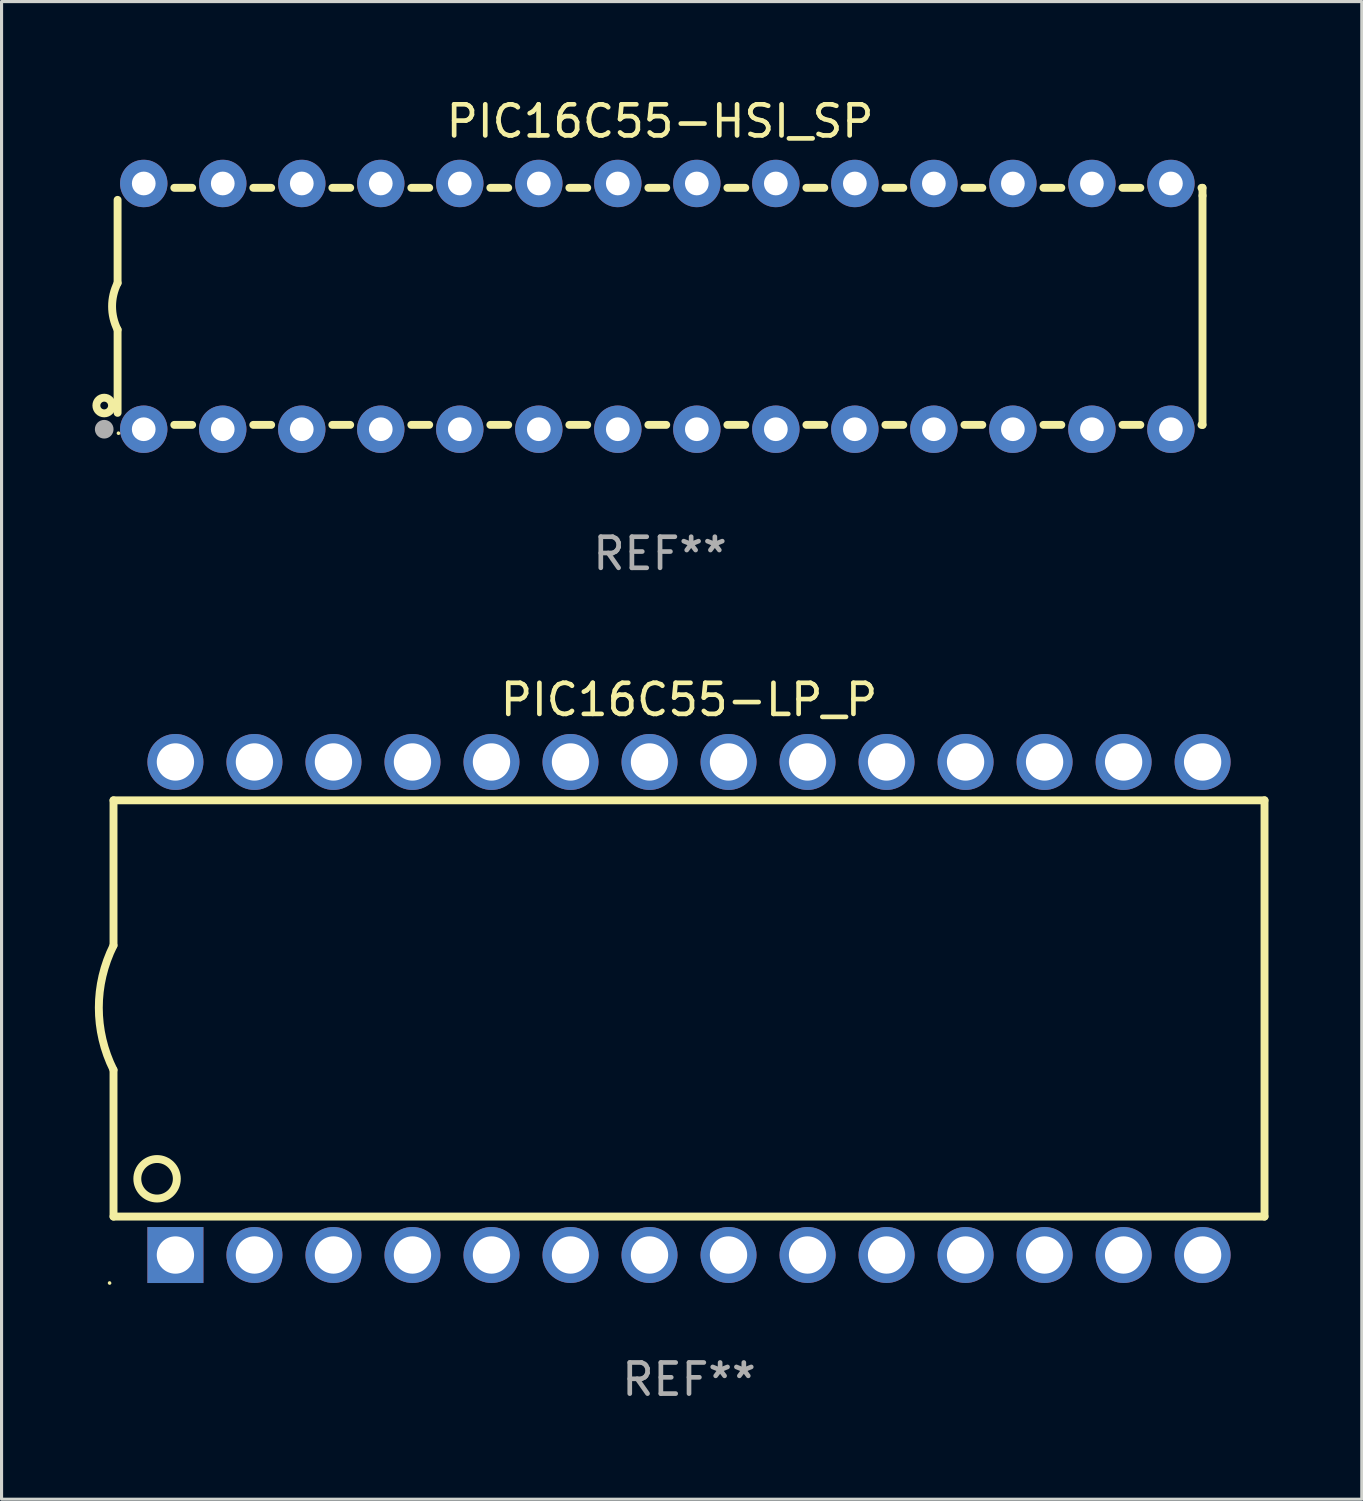
<source format=kicad_pcb>
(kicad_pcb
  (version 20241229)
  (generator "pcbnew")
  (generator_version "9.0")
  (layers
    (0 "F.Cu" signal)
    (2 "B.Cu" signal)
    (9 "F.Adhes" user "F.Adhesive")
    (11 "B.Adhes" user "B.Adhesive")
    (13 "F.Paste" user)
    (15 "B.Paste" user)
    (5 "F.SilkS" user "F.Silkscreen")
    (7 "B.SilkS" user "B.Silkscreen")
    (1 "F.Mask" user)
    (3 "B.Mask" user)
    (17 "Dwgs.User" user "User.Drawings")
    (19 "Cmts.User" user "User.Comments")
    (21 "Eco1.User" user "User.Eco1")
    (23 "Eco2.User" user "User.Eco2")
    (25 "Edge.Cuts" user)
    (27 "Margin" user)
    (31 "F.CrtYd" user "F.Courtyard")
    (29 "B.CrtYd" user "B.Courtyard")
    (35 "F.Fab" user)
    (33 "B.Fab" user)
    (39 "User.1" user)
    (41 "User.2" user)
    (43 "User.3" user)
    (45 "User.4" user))
  (footprint "PIC16C55-LP_P"
    (layer "F.Cu")
    (at 19.099 29.369)
    (property "Reference" "PIC16C55-LP_P" (at 0 -9.925 0) (layer "F.SilkS") (effects (font (size 1 1) (thickness 0.15))))
    (attr through_hole)
    (fp_line (start -18.5 -6.692) (end -18.5 -2.026) (stroke (width 0.254) (type solid)) (layer "F.SilkS"))
    (fp_line (start -18.5 6.689) (end -18.5 1.974) (stroke (width 0.254) (type solid)) (layer "F.SilkS"))
    (fp_line (start -18.5 6.689) (end 18.5 6.689) (stroke (width 0.254) (type solid)) (layer "F.SilkS"))
    (fp_line (start 18.5 -6.692) (end -18.5 -6.692) (stroke (width 0.254) (type solid)) (layer "F.SilkS"))
    (fp_line (start 18.5 6.689) (end 18.5 -6.692) (stroke (width 0.254) (type solid)) (layer "F.SilkS"))
    (fp_arc (start -18.500051 1.974346) (mid -18.972187 -0.025654) (end -18.500051 -2.025654) (stroke (width 0.254001) (type solid)) (layer "F.SilkS"))
    (fp_circle (center -18.627 8.824) (end -18.597 8.824) (stroke (width 0.06) (type solid)) (fill no) (layer "F.SilkS"))
    (fp_circle (center -17.1 5.474) (end -16.465 5.474) (stroke (width 0.254) (type solid)) (fill no) (layer "F.SilkS"))
    (fp_text user "REF**" (at 0 11.925 0) (layer "F.Fab") (effects (font (size 1 1) (thickness 0.15))))
    (pad "1" thru_hole rect (at -16.51 7.925) (size 1.8 1.8) (drill 1.2) (layers "*.Cu" "*.Mask"))
    (pad "2" thru_hole circle (at -13.97 7.924) (size 1.8 1.8) (drill 1.2) (layers "*.Cu" "*.Mask"))
    (pad "3" thru_hole circle (at -11.43 7.924) (size 1.8 1.8) (drill 1.2) (layers "*.Cu" "*.Mask"))
    (pad "4" thru_hole circle (at -8.89 7.924) (size 1.8 1.8) (drill 1.2) (layers "*.Cu" "*.Mask"))
    (pad "5" thru_hole circle (at -6.35 7.924) (size 1.8 1.8) (drill 1.2) (layers "*.Cu" "*.Mask"))
    (pad "6" thru_hole circle (at -3.81 7.924) (size 1.8 1.8) (drill 1.2) (layers "*.Cu" "*.Mask"))
    (pad "7" thru_hole circle (at -1.27 7.924) (size 1.8 1.8) (drill 1.2) (layers "*.Cu" "*.Mask"))
    (pad "8" thru_hole circle (at 1.27 7.924) (size 1.8 1.8) (drill 1.2) (layers "*.Cu" "*.Mask"))
    (pad "9" thru_hole circle (at 3.81 7.924) (size 1.8 1.8) (drill 1.2) (layers "*.Cu" "*.Mask"))
    (pad "10" thru_hole circle (at 6.35 7.924) (size 1.8 1.8) (drill 1.2) (layers "*.Cu" "*.Mask"))
    (pad "11" thru_hole circle (at 8.89 7.924) (size 1.8 1.8) (drill 1.2) (layers "*.Cu" "*.Mask"))
    (pad "12" thru_hole circle (at 11.43 7.924) (size 1.8 1.8) (drill 1.2) (layers "*.Cu" "*.Mask"))
    (pad "13" thru_hole circle (at 13.97 7.924) (size 1.8 1.8) (drill 1.2) (layers "*.Cu" "*.Mask"))
    (pad "14" thru_hole circle (at 16.51 7.924) (size 1.8 1.8) (drill 1.2) (layers "*.Cu" "*.Mask"))
    (pad "15" thru_hole circle (at 16.51 -7.925) (size 1.8 1.8) (drill 1.2) (layers "*.Cu" "*.Mask"))
    (pad "16" thru_hole circle (at 13.97 -7.925) (size 1.8 1.8) (drill 1.2) (layers "*.Cu" "*.Mask"))
    (pad "17" thru_hole circle (at 11.43 -7.925) (size 1.8 1.8) (drill 1.2) (layers "*.Cu" "*.Mask"))
    (pad "18" thru_hole circle (at 8.89 -7.925) (size 1.8 1.8) (drill 1.2) (layers "*.Cu" "*.Mask"))
    (pad "19" thru_hole circle (at 6.35 -7.925) (size 1.8 1.8) (drill 1.2) (layers "*.Cu" "*.Mask"))
    (pad "20" thru_hole circle (at 3.81 -7.925) (size 1.8 1.8) (drill 1.2) (layers "*.Cu" "*.Mask"))
    (pad "21" thru_hole circle (at 1.27 -7.925) (size 1.8 1.8) (drill 1.2) (layers "*.Cu" "*.Mask"))
    (pad "22" thru_hole circle (at -1.27 -7.925) (size 1.8 1.8) (drill 1.2) (layers "*.Cu" "*.Mask"))
    (pad "23" thru_hole circle (at -3.81 -7.925) (size 1.8 1.8) (drill 1.2) (layers "*.Cu" "*.Mask"))
    (pad "24" thru_hole circle (at -6.35 -7.925) (size 1.8 1.8) (drill 1.2) (layers "*.Cu" "*.Mask"))
    (pad "25" thru_hole circle (at -8.89 -7.925) (size 1.8 1.8) (drill 1.2) (layers "*.Cu" "*.Mask"))
    (pad "26" thru_hole circle (at -11.43 -7.925) (size 1.8 1.8) (drill 1.2) (layers "*.Cu" "*.Mask"))
    (pad "27" thru_hole circle (at -13.97 -7.925) (size 1.8 1.8) (drill 1.2) (layers "*.Cu" "*.Mask"))
    (pad "28" thru_hole circle (at -16.51 -7.925) (size 1.8 1.8) (drill 1.2) (layers "*.Cu" "*.Mask")))
  (footprint "PIC16C55-HSI_SP"
    (layer "F.Cu")
    (at 18.168 6.798)
    (property "Reference" "PIC16C55-HSI_SP" (at 0 -5.95 0) (layer "F.SilkS") (effects (font (size 1 1) (thickness 0.15))))
    (attr through_hole)
    (fp_line (start -17.438 0.75) (end -17.438 3.423) (stroke (width 0.254) (type solid)) (layer "F.SilkS"))
    (fp_line (start -17.438 -3.423) (end -17.438 -0.75) (stroke (width 0.254) (type solid)) (layer "F.SilkS"))
    (fp_line (start -15.615 3.81) (end -15.041 3.81) (stroke (width 0.254) (type solid)) (layer "F.SilkS"))
    (fp_line (start -15.041 -3.81) (end -15.614 -3.81) (stroke (width 0.254) (type solid)) (layer "F.SilkS"))
    (fp_line (start -13.075 3.81) (end -12.501 3.81) (stroke (width 0.254) (type solid)) (layer "F.SilkS"))
    (fp_line (start -12.501 -3.81) (end -13.074 -3.81) (stroke (width 0.254) (type solid)) (layer "F.SilkS"))
    (fp_line (start -10.535 3.81) (end -9.961 3.81) (stroke (width 0.254) (type solid)) (layer "F.SilkS"))
    (fp_line (start -9.961 -3.81) (end -10.534 -3.81) (stroke (width 0.254) (type solid)) (layer "F.SilkS"))
    (fp_line (start -7.995 3.81) (end -7.421 3.81) (stroke (width 0.254) (type solid)) (layer "F.SilkS"))
    (fp_line (start -7.421 -3.81) (end -7.995 -3.81) (stroke (width 0.254) (type solid)) (layer "F.SilkS"))
    (fp_line (start -5.455 3.81) (end -4.881 3.81) (stroke (width 0.254) (type solid)) (layer "F.SilkS"))
    (fp_line (start -4.881 -3.81) (end -5.455 -3.81) (stroke (width 0.254) (type solid)) (layer "F.SilkS"))
    (fp_line (start -2.915 3.81) (end -2.341 3.81) (stroke (width 0.254) (type solid)) (layer "F.SilkS"))
    (fp_line (start -2.341 -3.81) (end -2.915 -3.81) (stroke (width 0.254) (type solid)) (layer "F.SilkS"))
    (fp_line (start -0.375 3.81) (end 0.199 3.81) (stroke (width 0.254) (type solid)) (layer "F.SilkS"))
    (fp_line (start 0.199 -3.81) (end -0.375 -3.81) (stroke (width 0.254) (type solid)) (layer "F.SilkS"))
    (fp_line (start 2.165 3.81) (end 2.739 3.81) (stroke (width 0.254) (type solid)) (layer "F.SilkS"))
    (fp_line (start 2.739 -3.81) (end 2.165 -3.81) (stroke (width 0.254) (type solid)) (layer "F.SilkS"))
    (fp_line (start 4.705 3.81) (end 5.279 3.81) (stroke (width 0.254) (type solid)) (layer "F.SilkS"))
    (fp_line (start 5.279 -3.81) (end 4.705 -3.81) (stroke (width 0.254) (type solid)) (layer "F.SilkS"))
    (fp_line (start 7.245 3.81) (end 7.819 3.81) (stroke (width 0.254) (type solid)) (layer "F.SilkS"))
    (fp_line (start 7.819 -3.81) (end 7.245 -3.81) (stroke (width 0.254) (type solid)) (layer "F.SilkS"))
    (fp_line (start 9.785 3.81) (end 10.359 3.81) (stroke (width 0.254) (type solid)) (layer "F.SilkS"))
    (fp_line (start 10.359 -3.81) (end 9.785 -3.81) (stroke (width 0.254) (type solid)) (layer "F.SilkS"))
    (fp_line (start 12.325 3.81) (end 12.899 3.81) (stroke (width 0.254) (type solid)) (layer "F.SilkS"))
    (fp_line (start 12.899 -3.81) (end 12.325 -3.81) (stroke (width 0.254) (type solid)) (layer "F.SilkS"))
    (fp_line (start 14.865 3.81) (end 15.439 3.81) (stroke (width 0.254) (type solid)) (layer "F.SilkS"))
    (fp_line (start 15.439 -3.81) (end 14.865 -3.81) (stroke (width 0.254) (type solid)) (layer "F.SilkS"))
    (fp_line (start 17.405 3.81) (end 17.438 3.81) (stroke (width 0.254) (type solid)) (layer "F.SilkS"))
    (fp_line (start 17.438 -3.81) (end 17.405 -3.81) (stroke (width 0.254) (type solid)) (layer "F.SilkS"))
    (fp_line (start 17.438 -3.556) (end 17.438 -3.81) (stroke (width 0.254) (type solid)) (layer "F.SilkS"))
    (fp_line (start 17.438 3.81) (end 17.438 -3.556) (stroke (width 0.254) (type solid)) (layer "F.SilkS"))
    (fp_arc (start -17.437986 0.749657) (mid -17.614887 -0.000024) (end -17.437783 -0.749657) (stroke (width 0.254001) (type solid)) (layer "F.SilkS"))
    (fp_circle (center -17.868 3.188) (end -17.743 3.188) (stroke (width 0.254) (type solid)) (fill no) (layer "F.SilkS"))
    (fp_circle (center -17.411 4.077) (end -17.381 4.077) (stroke (width 0.06) (type solid)) (fill no) (layer "F.SilkS"))
    (fp_circle (center -17.868 3.95) (end -17.718 3.95) (stroke (width 0.3) (type solid)) (fill no) (layer "F.Fab"))
    (fp_text user "REF**" (at 0 7.95 0) (layer "F.Fab") (effects (font (size 1 1) (thickness 0.15))))
    (pad "1" thru_hole circle (at -16.598 3.95) (size 1.524 1.524) (drill 0.762) (layers "*.Cu" "*.Mask"))
    (pad "2" thru_hole circle (at -14.058 3.95) (size 1.524 1.524) (drill 0.762) (layers "*.Cu" "*.Mask"))
    (pad "3" thru_hole circle (at -11.518 3.95) (size 1.524 1.524) (drill 0.762) (layers "*.Cu" "*.Mask"))
    (pad "4" thru_hole circle (at -8.978 3.95) (size 1.524 1.524) (drill 0.762) (layers "*.Cu" "*.Mask"))
    (pad "5" thru_hole circle (at -6.438 3.95) (size 1.524 1.524) (drill 0.762) (layers "*.Cu" "*.Mask"))
    (pad "6" thru_hole circle (at -3.898 3.95) (size 1.524 1.524) (drill 0.762) (layers "*.Cu" "*.Mask"))
    (pad "7" thru_hole circle (at -1.358 3.95) (size 1.524 1.524) (drill 0.762) (layers "*.Cu" "*.Mask"))
    (pad "8" thru_hole circle (at 1.182 3.95) (size 1.524 1.524) (drill 0.762) (layers "*.Cu" "*.Mask"))
    (pad "9" thru_hole circle (at 3.722 3.95) (size 1.524 1.524) (drill 0.762) (layers "*.Cu" "*.Mask"))
    (pad "10" thru_hole circle (at 6.262 3.95) (size 1.524 1.524) (drill 0.762) (layers "*.Cu" "*.Mask"))
    (pad "11" thru_hole circle (at 8.802 3.95) (size 1.524 1.524) (drill 0.762) (layers "*.Cu" "*.Mask"))
    (pad "12" thru_hole circle (at 11.342 3.95) (size 1.524 1.524) (drill 0.762) (layers "*.Cu" "*.Mask"))
    (pad "13" thru_hole circle (at 13.882 3.95) (size 1.524 1.524) (drill 0.762) (layers "*.Cu" "*.Mask"))
    (pad "14" thru_hole circle (at 16.422 3.95) (size 1.524 1.524) (drill 0.762) (layers "*.Cu" "*.Mask"))
    (pad "15" thru_hole circle (at 16.422 -3.95) (size 1.524 1.524) (drill 0.762) (layers "*.Cu" "*.Mask"))
    (pad "16" thru_hole circle (at 13.882 -3.95) (size 1.524 1.524) (drill 0.762) (layers "*.Cu" "*.Mask"))
    (pad "17" thru_hole circle (at 11.342 -3.95) (size 1.524 1.524) (drill 0.762) (layers "*.Cu" "*.Mask"))
    (pad "18" thru_hole circle (at 8.802 -3.95) (size 1.524 1.524) (drill 0.762) (layers "*.Cu" "*.Mask"))
    (pad "19" thru_hole circle (at 6.262 -3.95) (size 1.524 1.524) (drill 0.762) (layers "*.Cu" "*.Mask"))
    (pad "20" thru_hole circle (at 3.722 -3.95) (size 1.524 1.524) (drill 0.762) (layers "*.Cu" "*.Mask"))
    (pad "21" thru_hole circle (at 1.182 -3.95) (size 1.524 1.524) (drill 0.762) (layers "*.Cu" "*.Mask"))
    (pad "22" thru_hole circle (at -1.358 -3.95) (size 1.524 1.524) (drill 0.762) (layers "*.Cu" "*.Mask"))
    (pad "23" thru_hole circle (at -3.898 -3.95) (size 1.524 1.524) (drill 0.762) (layers "*.Cu" "*.Mask"))
    (pad "24" thru_hole circle (at -6.438 -3.95) (size 1.524 1.524) (drill 0.762) (layers "*.Cu" "*.Mask"))
    (pad "25" thru_hole circle (at -8.978 -3.95) (size 1.524 1.524) (drill 0.762) (layers "*.Cu" "*.Mask"))
    (pad "26" thru_hole circle (at -11.517 -3.95) (size 1.524 1.524) (drill 0.762) (layers "*.Cu" "*.Mask"))
    (pad "27" thru_hole circle (at -14.057 -3.95) (size 1.524 1.524) (drill 0.762) (layers "*.Cu" "*.Mask"))
    (pad "28" thru_hole circle (at -16.597 -3.95) (size 1.524 1.524) (drill 0.762) (layers "*.Cu" "*.Mask")))
  (gr_rect
    (start -3 -3)
    (end 40.726 45.143)
    (stroke (width 0.1) (type default))
    (fill no)
    (layer "Edge.Cuts")))
</source>
